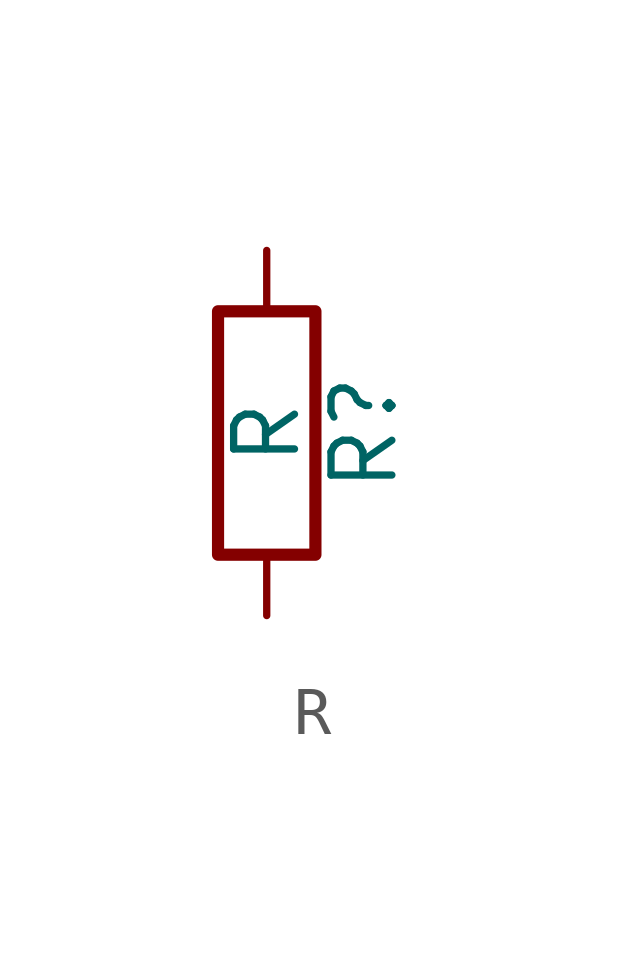
<source format=kicad_sym>
(kicad_symbol_lib
  (version 20231120)
  (generator "kicad_symbol_editor")
  (generator_version "8.0")
  (symbol "R"
    (pin_numbers hide)
    (pin_names
      (offset 0))
    (property "Reference" "R"
      (at 2.032 0 90)
      (effects (font (size 1.27 1.27))))
    (property "Value" "R"
      (at 0 0 90)
      (effects (font (size 1.27 1.27))))
    (property "LCSC Part #" ""
      (at 0 0 0)
      (effects (font (size 1.27 1.27))))
    (symbol "R_0_1"
      (rectangle (start -1.016 -2.54) (end 1.016 2.54) (stroke (width 0.254) (type default)) (fill (type none))))
    (symbol "R_1_1"
      (pin passive line (at 0 3.81 270) (length 1.27) (name "~" (effects (font (size 1.27 1.27)))) (number "1" (effects (font (size 1.27 1.27)))))
      (pin passive line (at 0 -3.81 90) (length 1.27) (name "~" (effects (font (size 1.27 1.27)))) (number "2" (effects (font (size 1.27 1.27))))))))
</source>
